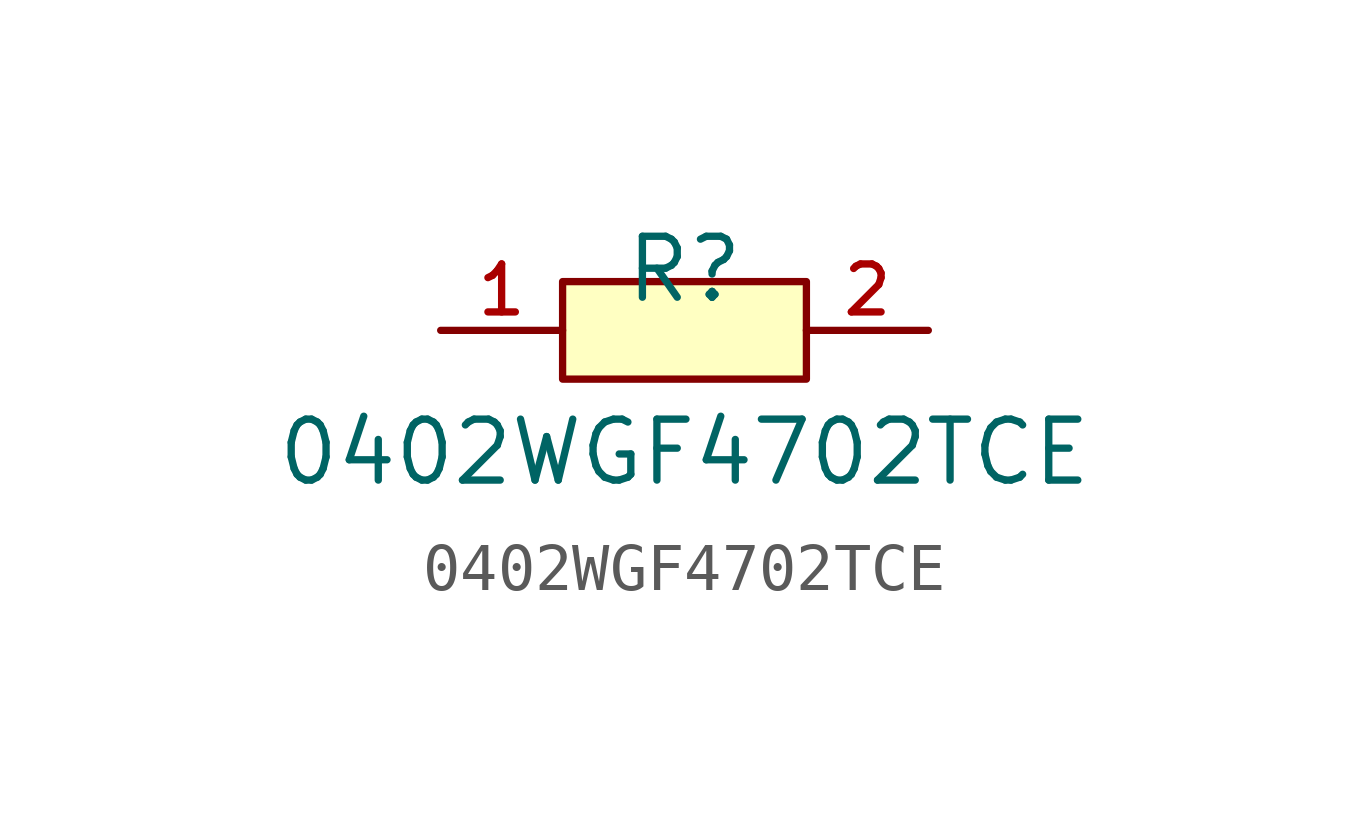
<source format=kicad_sym>
(kicad_symbol_lib
  (version 20210201)
  (generator TousstNicolas/JLC2KiCad_lib)
  (symbol "0402WGF4702TCE"
    (pin_names hide)
    (property "Reference" "R"
      (at 0 1.27 0)
      (effects (font (size 1.27 1.27))))
    (property "Value" "0402WGF4702TCE"
      (at 0 -2.54 0)
      (effects (font (size 1.27 1.27))))
    (symbol "0402WGF4702TCE_0_1"
      (pin input line (at 5.08 -0.0 180) (length 2.54) (name "2" (effects (font (size 1 1)))) (number "2" (effects (font (size 1 1)))))
      (pin input line (at -5.08 -0.0 0) (length 2.54) (name "1" (effects (font (size 1 1)))) (number "1" (effects (font (size 1 1)))))
      (rectangle (start -2.54 1.016) (end 2.54 -1.016) (stroke (width 0) (type default) (color 0 0 0 0)) (fill (type background))))))
</source>
